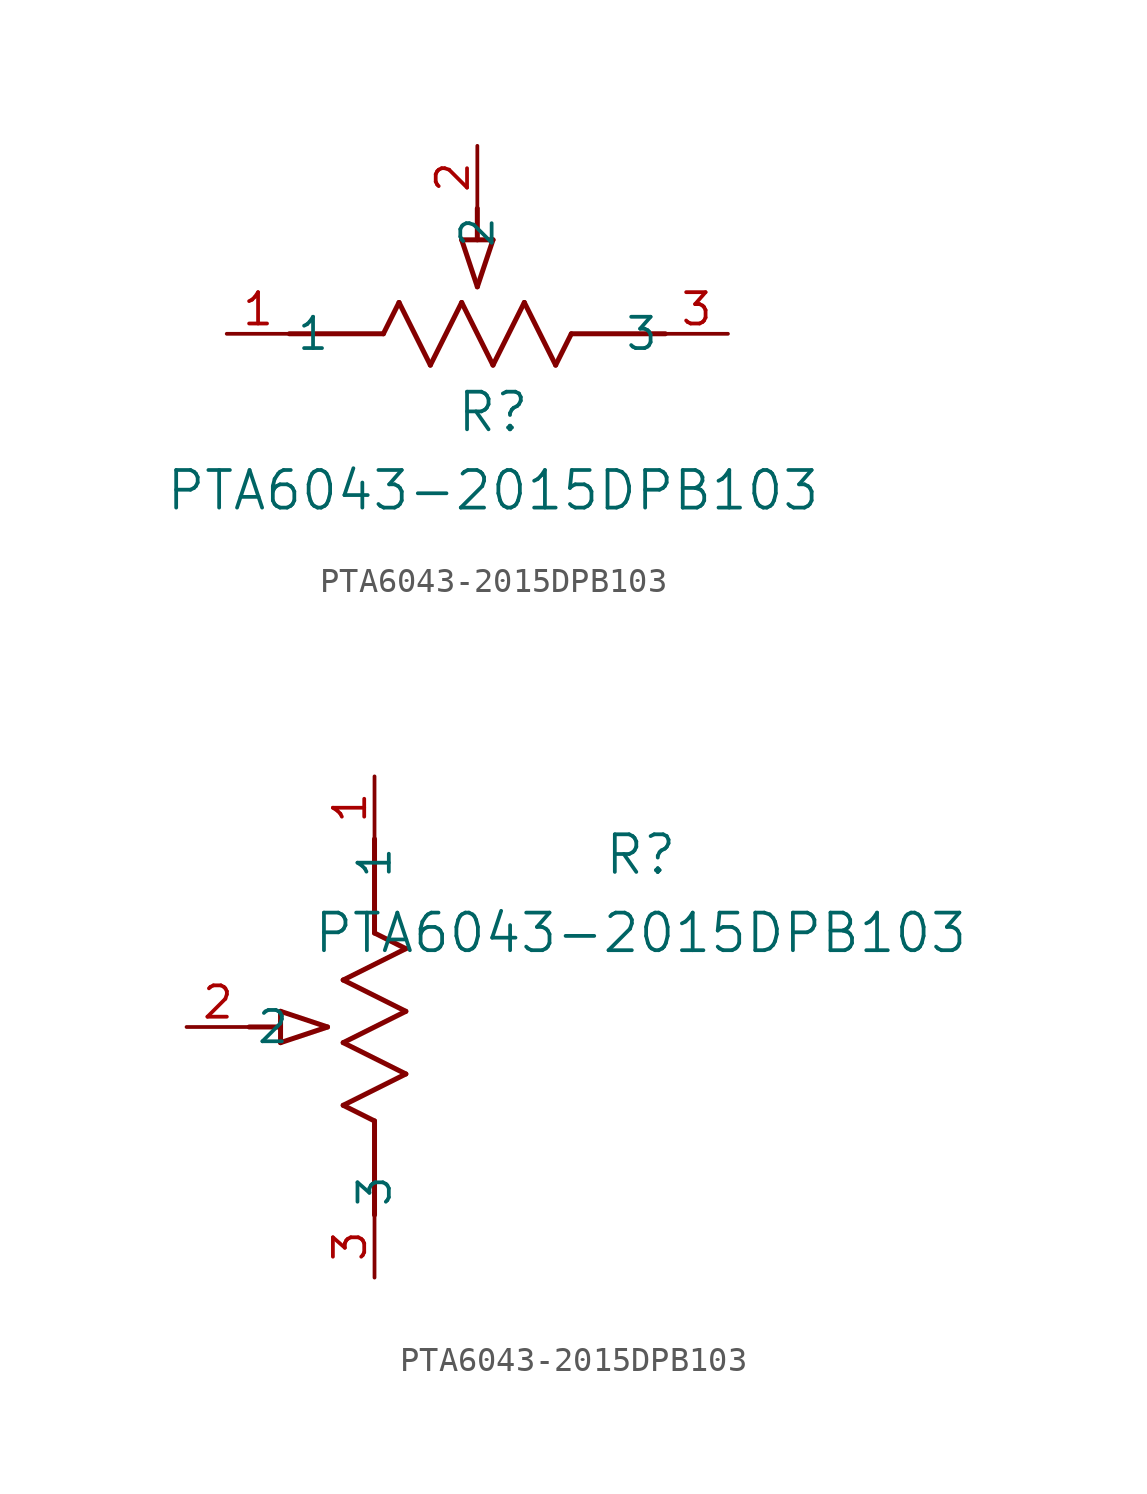
<source format=kicad_sym>
(kicad_symbol_lib
  (version 20211014)
  (generator kicad_symbol_editor)
  (symbol "PTA6043-2015DPB103"
    (pin_names
      (offset 0.254))
    (property "Reference" "R"
      (at 10.795 -3.175 0)
      (effects (font (size 1.524 1.524))))
    (property "Value" "PTA6043-2015DPB103"
      (at 10.795 -6.35 0)
      (effects (font (size 1.524 1.524))))
    (symbol "PTA6043-2015DPB103_1_1"
      (polyline (pts (xy 9.525 3.81) (xy 10.16 1.905)) (stroke (width 0.203) (type default) (color 0 0 0 0)) (fill (type none)))
      (polyline (pts (xy 10.795 3.81) (xy 10.16 1.905)) (stroke (width 0.203) (type default) (color 0 0 0 0)) (fill (type none)))
      (polyline (pts (xy 9.525 3.81) (xy 10.795 3.81)) (stroke (width 0.203) (type default) (color 0 0 0 0)) (fill (type none)))
      (polyline (pts (xy 10.16 3.81) (xy 10.16 5.08)) (stroke (width 0.203) (type default) (color 0 0 0 0)) (fill (type none)))
      (polyline (pts (xy 6.35 0) (xy 6.985 1.27)) (stroke (width 0.203) (type default) (color 0 0 0 0)) (fill (type none)))
      (polyline (pts (xy 9.525 1.27) (xy 10.795 -1.27)) (stroke (width 0.203) (type default) (color 0 0 0 0)) (fill (type none)))
      (polyline (pts (xy 10.795 -1.27) (xy 12.065 1.27)) (stroke (width 0.203) (type default) (color 0 0 0 0)) (fill (type none)))
      (polyline (pts (xy 8.255 -1.27) (xy 9.525 1.27)) (stroke (width 0.203) (type default) (color 0 0 0 0)) (fill (type none)))
      (polyline (pts (xy 6.985 1.27) (xy 8.255 -1.27)) (stroke (width 0.203) (type default) (color 0 0 0 0)) (fill (type none)))
      (polyline (pts (xy 13.335 -1.27) (xy 13.97 0)) (stroke (width 0.203) (type default) (color 0 0 0 0)) (fill (type none)))
      (polyline (pts (xy 13.97 0) (xy 17.78 0)) (stroke (width 0.203) (type default) (color 0 0 0 0)) (fill (type none)))
      (polyline (pts (xy 2.54 0) (xy 6.35 0)) (stroke (width 0.203) (type default) (color 0 0 0 0)) (fill (type none)))
      (polyline (pts (xy 12.065 1.27) (xy 13.335 -1.27)) (stroke (width 0.203) (type default) (color 0 0 0 0)) (fill (type none)))
      (pin unspecified line (at 20.32 0 180) (length 2.54) (name "3" (effects (font (size 1.27 1.27)))) (number "3" (effects (font (size 1.27 1.27)))))
      (pin unspecified line (at 10.16 7.62 270) (length 2.54) (name "2" (effects (font (size 1.27 1.27)))) (number "2" (effects (font (size 1.27 1.27)))))
      (pin unspecified line (at 0 0 0) (length 2.54) (name "1" (effects (font (size 1.27 1.27)))) (number "1" (effects (font (size 1.27 1.27))))))
    (symbol "PTA6043-2015DPB103_1_2"
      (polyline (pts (xy 0 -13.97) (xy -1.27 -13.335)) (stroke (width 0.203) (type default) (color 0 0 0 0)) (fill (type none)))
      (polyline (pts (xy 0 -17.78) (xy 0 -13.97)) (stroke (width 0.203) (type default) (color 0 0 0 0)) (fill (type none)))
      (polyline (pts (xy -3.81 -10.795) (xy -1.905 -10.16)) (stroke (width 0.203) (type default) (color 0 0 0 0)) (fill (type none)))
      (polyline (pts (xy -3.81 -9.525) (xy -1.905 -10.16)) (stroke (width 0.203) (type default) (color 0 0 0 0)) (fill (type none)))
      (polyline (pts (xy -3.81 -10.795) (xy -3.81 -9.525)) (stroke (width 0.203) (type default) (color 0 0 0 0)) (fill (type none)))
      (polyline (pts (xy 1.27 -12.065) (xy -1.27 -10.795)) (stroke (width 0.203) (type default) (color 0 0 0 0)) (fill (type none)))
      (polyline (pts (xy -1.27 -10.795) (xy 1.27 -9.525)) (stroke (width 0.203) (type default) (color 0 0 0 0)) (fill (type none)))
      (polyline (pts (xy 1.27 -9.525) (xy -1.27 -8.255)) (stroke (width 0.203) (type default) (color 0 0 0 0)) (fill (type none)))
      (polyline (pts (xy -1.27 -8.255) (xy 1.27 -6.985)) (stroke (width 0.203) (type default) (color 0 0 0 0)) (fill (type none)))
      (polyline (pts (xy 1.27 -6.985) (xy 0 -6.35)) (stroke (width 0.203) (type default) (color 0 0 0 0)) (fill (type none)))
      (polyline (pts (xy -1.27 -13.335) (xy 1.27 -12.065)) (stroke (width 0.203) (type default) (color 0 0 0 0)) (fill (type none)))
      (polyline (pts (xy 0 -6.35) (xy 0 -2.54)) (stroke (width 0.203) (type default) (color 0 0 0 0)) (fill (type none)))
      (polyline (pts (xy -3.81 -10.16) (xy -5.08 -10.16)) (stroke (width 0.203) (type default) (color 0 0 0 0)) (fill (type none)))
      (pin unspecified line (at 0 -20.32 90) (length 2.54) (name "3" (effects (font (size 1.27 1.27)))) (number "3" (effects (font (size 1.27 1.27)))))
      (pin unspecified line (at -7.62 -10.16 0) (length 2.54) (name "2" (effects (font (size 1.27 1.27)))) (number "2" (effects (font (size 1.27 1.27)))))
      (pin unspecified line (at 0 0 270) (length 2.54) (name "1" (effects (font (size 1.27 1.27)))) (number "1" (effects (font (size 1.27 1.27))))))))
</source>
